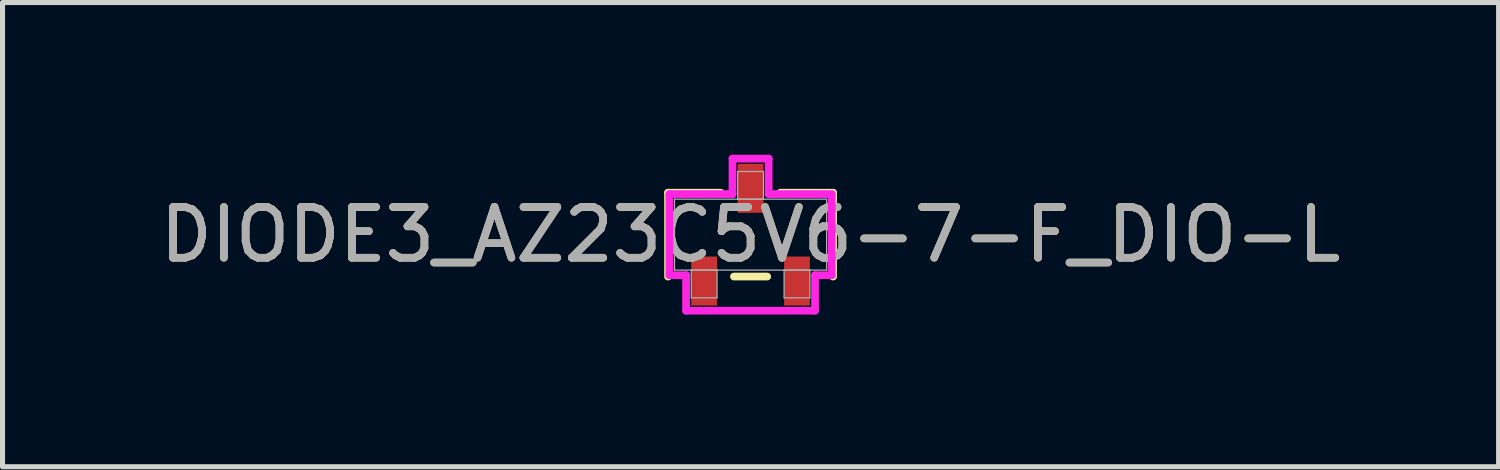
<source format=kicad_pcb>
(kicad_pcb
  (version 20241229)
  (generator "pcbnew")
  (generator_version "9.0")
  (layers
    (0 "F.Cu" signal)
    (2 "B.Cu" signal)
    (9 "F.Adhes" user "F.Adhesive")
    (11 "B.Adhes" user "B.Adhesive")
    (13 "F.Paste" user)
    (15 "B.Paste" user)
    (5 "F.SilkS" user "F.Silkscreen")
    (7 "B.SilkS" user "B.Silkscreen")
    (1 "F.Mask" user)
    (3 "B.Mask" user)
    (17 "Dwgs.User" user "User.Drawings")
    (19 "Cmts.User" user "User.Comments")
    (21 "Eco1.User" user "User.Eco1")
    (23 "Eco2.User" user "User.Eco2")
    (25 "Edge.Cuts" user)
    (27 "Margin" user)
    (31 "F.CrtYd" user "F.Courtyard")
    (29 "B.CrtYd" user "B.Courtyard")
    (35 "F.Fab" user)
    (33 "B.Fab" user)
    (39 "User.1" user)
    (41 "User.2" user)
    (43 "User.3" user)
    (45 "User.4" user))
  (footprint "DIODE3_AZ23C5V6-7-F_DIO-L"
    (layer "F.Cu")
    (at 11.744 1.575)
    (property "Reference" "DIODE3_AZ23C5V6-7-F_DIO-L" (at 0 0 0) (unlocked yes) (layer "F.SilkS") (effects (font (size 1 1) (thickness 0.15))))
    (attr smd)
    (fp_line (start -1.626 -0.826) (end -1.626 0.826) (stroke (width 0.152) (type solid)) (layer "F.SilkS"))
    (fp_line (start -0.587 -0.826) (end -1.626 -0.826) (stroke (width 0.152) (type solid)) (layer "F.SilkS"))
    (fp_line (start -0.328 0.826) (end 0.328 0.826) (stroke (width 0.152) (type solid)) (layer "F.SilkS"))
    (fp_line (start 1.626 -0.826) (end 0.587 -0.826) (stroke (width 0.152) (type solid)) (layer "F.SilkS"))
    (fp_line (start 1.626 0.826) (end 1.626 -0.826) (stroke (width 0.152) (type solid)) (layer "F.SilkS"))
    (fp_line (start -1.6 -0.8) (end -0.356 -0.8) (stroke (width 0.152) (type solid)) (layer "F.CrtYd"))
    (fp_line (start -1.6 0.8) (end -1.6 -0.8) (stroke (width 0.152) (type solid)) (layer "F.CrtYd"))
    (fp_line (start -1.6 0.8) (end -1.271 0.8) (stroke (width 0.152) (type solid)) (layer "F.CrtYd"))
    (fp_line (start -1.271 0.8) (end -1.271 1.499) (stroke (width 0.152) (type solid)) (layer "F.CrtYd"))
    (fp_line (start -1.271 1.499) (end 1.271 1.499) (stroke (width 0.152) (type solid)) (layer "F.CrtYd"))
    (fp_line (start -0.356 -1.499) (end 0.356 -1.499) (stroke (width 0.152) (type solid)) (layer "F.CrtYd"))
    (fp_line (start -0.356 -0.8) (end -0.356 -1.499) (stroke (width 0.152) (type solid)) (layer "F.CrtYd"))
    (fp_line (start 0.356 -0.8) (end 0.356 -1.499) (stroke (width 0.152) (type solid)) (layer "F.CrtYd"))
    (fp_line (start 1.271 0.8) (end 1.271 1.499) (stroke (width 0.152) (type solid)) (layer "F.CrtYd"))
    (fp_line (start 1.6 -0.8) (end 0.356 -0.8) (stroke (width 0.152) (type solid)) (layer "F.CrtYd"))
    (fp_line (start 1.6 -0.8) (end 1.6 0.8) (stroke (width 0.152) (type solid)) (layer "F.CrtYd"))
    (fp_line (start 1.6 0.8) (end 1.271 0.8) (stroke (width 0.152) (type solid)) (layer "F.CrtYd"))
    (fp_line (start -1.499 -0.699) (end -1.499 0.699) (stroke (width 0.025) (type solid)) (layer "F.Fab"))
    (fp_line (start -1.499 0.699) (end 1.499 0.699) (stroke (width 0.025) (type solid)) (layer "F.Fab"))
    (fp_line (start -1.169 0.699) (end -1.169 1.245) (stroke (width 0.025) (type solid)) (layer "F.Fab"))
    (fp_line (start -1.169 1.245) (end -0.661 1.245) (stroke (width 0.025) (type solid)) (layer "F.Fab"))
    (fp_line (start -0.661 0.699) (end -1.169 0.699) (stroke (width 0.025) (type solid)) (layer "F.Fab"))
    (fp_line (start -0.661 1.245) (end -0.661 0.699) (stroke (width 0.025) (type solid)) (layer "F.Fab"))
    (fp_line (start -0.254 -1.245) (end -0.254 -0.699) (stroke (width 0.025) (type solid)) (layer "F.Fab"))
    (fp_line (start -0.254 -0.699) (end 0.254 -0.699) (stroke (width 0.025) (type solid)) (layer "F.Fab"))
    (fp_line (start 0.254 -1.245) (end -0.254 -1.245) (stroke (width 0.025) (type solid)) (layer "F.Fab"))
    (fp_line (start 0.254 -0.699) (end 0.254 -1.245) (stroke (width 0.025) (type solid)) (layer "F.Fab"))
    (fp_line (start 0.661 0.699) (end 0.661 1.245) (stroke (width 0.025) (type solid)) (layer "F.Fab"))
    (fp_line (start 0.661 1.245) (end 1.169 1.245) (stroke (width 0.025) (type solid)) (layer "F.Fab"))
    (fp_line (start 1.169 0.699) (end 0.661 0.699) (stroke (width 0.025) (type solid)) (layer "F.Fab"))
    (fp_line (start 1.169 1.245) (end 1.169 0.699) (stroke (width 0.025) (type solid)) (layer "F.Fab"))
    (fp_line (start 1.499 -0.699) (end -1.499 -0.699) (stroke (width 0.025) (type solid)) (layer "F.Fab"))
    (fp_line (start 1.499 0.699) (end 1.499 -0.699) (stroke (width 0.025) (type solid)) (layer "F.Fab"))
    (fp_text user "${REFERENCE}" (at 0 0 0) (unlocked yes) (layer "F.Fab") (effects (font (size 1 1) (thickness 0.15))))
    (pad "1" smd rect (at -0.915 0.914) (size 0.508 0.965) (layers "F.Cu" "F.Mask" "F.Paste"))
    (pad "2" smd rect (at 0.915 0.914) (size 0.508 0.965) (layers "F.Cu" "F.Mask" "F.Paste"))
    (pad "3" smd rect (at 0 -0.914) (size 0.508 0.965) (layers "F.Cu" "F.Mask" "F.Paste")))
  (gr_rect
    (start -3 -3)
    (end 26.488 6.15)
    (stroke (width 0.1) (type default))
    (fill no)
    (layer "Edge.Cuts")))
</source>
